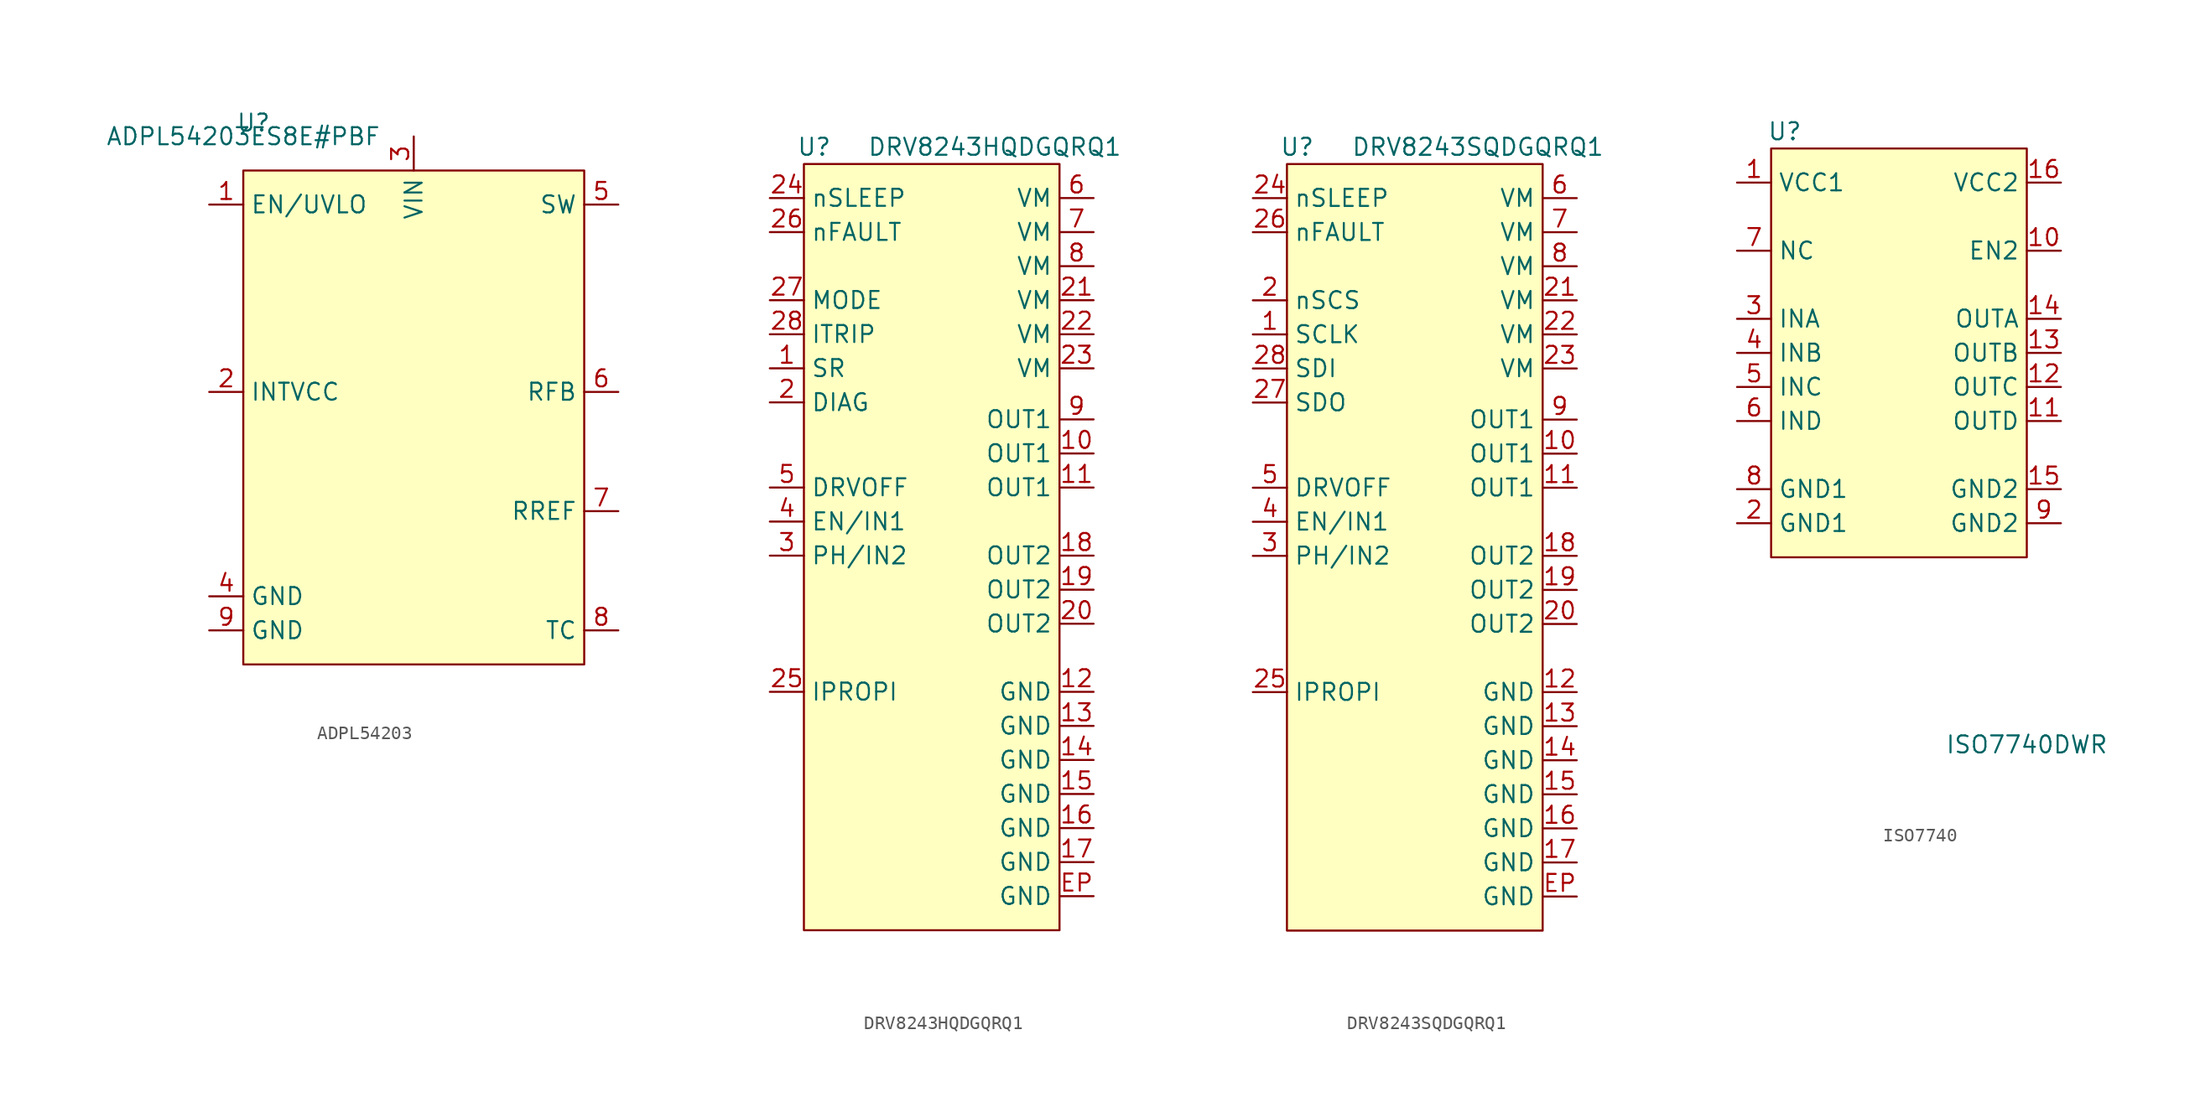
<source format=kicad_sym>
(kicad_symbol_lib
  (version 20241209)
  (generator "kicad_symbol_editor")
  (generator_version "9.0")
  (symbol "ADPL54203"
    (property "Reference" "U"
      (at 0.762 1.016 0)
      (effects (font (size 1.27 1.27))))
    (property "Value" "ADPL54203ES8E#PBF"
      (at 0 0 0)
      (effects (font (size 1.27 1.27))))
    (symbol "ADPL54203_1_1"
      (rectangle (start 0 -2.54) (end 25.4 -39.37) (stroke (width 0) (type solid)) (fill (type background)))
      (pin input line (at -2.54 -5.08 0) (length 2.54) (name "EN/UVLO" (effects (font (size 1.27 1.27)))) (number "1" (effects (font (size 1.27 1.27)))))
      (pin input line (at -2.54 -19.05 0) (length 2.54) (name "INTVCC" (effects (font (size 1.27 1.27)))) (number "2" (effects (font (size 1.27 1.27)))))
      (pin power_in line (at -2.54 -34.29 0) (length 2.54) (name "GND" (effects (font (size 1.27 1.27)))) (number "4" (effects (font (size 1.27 1.27)))))
      (pin power_in line (at -2.54 -36.83 0) (length 2.54) (name "GND" (effects (font (size 1.27 1.27)))) (number "9" (effects (font (size 1.27 1.27)))))
      (pin power_in line (at 12.7 0 270) (length 2.54) (name "VIN" (effects (font (size 1.27 1.27)))) (number "3" (effects (font (size 1.27 1.27)))))
      (pin passive line (at 27.94 -5.08 180) (length 2.54) (name "SW" (effects (font (size 1.27 1.27)))) (number "5" (effects (font (size 1.27 1.27)))))
      (pin passive line (at 27.94 -19.05 180) (length 2.54) (name "RFB" (effects (font (size 1.27 1.27)))) (number "6" (effects (font (size 1.27 1.27)))))
      (pin passive line (at 27.94 -27.94 180) (length 2.54) (name "RREF" (effects (font (size 1.27 1.27)))) (number "7" (effects (font (size 1.27 1.27)))))
      (pin passive line (at 27.94 -36.83 180) (length 2.54) (name "TC" (effects (font (size 1.27 1.27)))) (number "8" (effects (font (size 1.27 1.27)))))))
  (symbol "DRV8243HQDGQRQ1"
    (property "Reference" "U"
      (at 0.762 1.27 0)
      (effects (font (size 1.27 1.27))))
    (property "Value" "DRV8243HQDGQRQ1"
      (at 14.224 1.27 0)
      (effects (font (size 1.27 1.27))))
    (symbol "DRV8243HQDGQRQ1_1_1"
      (rectangle (start 0 0) (end 19.05 -57.15) (stroke (width 0) (type solid)) (fill (type background)))
      (pin input line (at -2.54 -2.54 0) (length 2.54) (name "nSLEEP" (effects (font (size 1.27 1.27)))) (number "24" (effects (font (size 1.27 1.27)))))
      (pin input line (at -2.54 -5.08 0) (length 2.54) (name "nFAULT" (effects (font (size 1.27 1.27)))) (number "26" (effects (font (size 1.27 1.27)))))
      (pin passive line (at -2.54 -10.16 0) (length 2.54) (name "MODE" (effects (font (size 1.27 1.27)))) (number "27" (effects (font (size 1.27 1.27)))))
      (pin passive line (at -2.54 -12.7 0) (length 2.54) (name "ITRIP" (effects (font (size 1.27 1.27)))) (number "28" (effects (font (size 1.27 1.27)))))
      (pin passive line (at -2.54 -15.24 0) (length 2.54) (name "SR" (effects (font (size 1.27 1.27)))) (number "1" (effects (font (size 1.27 1.27)))))
      (pin passive line (at -2.54 -17.78 0) (length 2.54) (name "DIAG" (effects (font (size 1.27 1.27)))) (number "2" (effects (font (size 1.27 1.27)))))
      (pin input line (at -2.54 -24.13 0) (length 2.54) (name "DRVOFF" (effects (font (size 1.27 1.27)))) (number "5" (effects (font (size 1.27 1.27)))))
      (pin input line (at -2.54 -26.67 0) (length 2.54) (name "EN/IN1" (effects (font (size 1.27 1.27)))) (number "4" (effects (font (size 1.27 1.27)))))
      (pin input line (at -2.54 -29.21 0) (length 2.54) (name "PH/IN2" (effects (font (size 1.27 1.27)))) (number "3" (effects (font (size 1.27 1.27)))))
      (pin passive line (at -2.54 -39.37 0) (length 2.54) (name "IPROPI" (effects (font (size 1.27 1.27)))) (number "25" (effects (font (size 1.27 1.27)))))
      (pin power_in line (at 21.59 -2.54 180) (length 2.54) (name "VM" (effects (font (size 1.27 1.27)))) (number "6" (effects (font (size 1.27 1.27)))))
      (pin power_in line (at 21.59 -5.08 180) (length 2.54) (name "VM" (effects (font (size 1.27 1.27)))) (number "7" (effects (font (size 1.27 1.27)))))
      (pin power_in line (at 21.59 -7.62 180) (length 2.54) (name "VM" (effects (font (size 1.27 1.27)))) (number "8" (effects (font (size 1.27 1.27)))))
      (pin power_in line (at 21.59 -10.16 180) (length 2.54) (name "VM" (effects (font (size 1.27 1.27)))) (number "21" (effects (font (size 1.27 1.27)))))
      (pin power_in line (at 21.59 -12.7 180) (length 2.54) (name "VM" (effects (font (size 1.27 1.27)))) (number "22" (effects (font (size 1.27 1.27)))))
      (pin power_in line (at 21.59 -15.24 180) (length 2.54) (name "VM" (effects (font (size 1.27 1.27)))) (number "23" (effects (font (size 1.27 1.27)))))
      (pin output line (at 21.59 -19.05 180) (length 2.54) (name "OUT1" (effects (font (size 1.27 1.27)))) (number "9" (effects (font (size 1.27 1.27)))))
      (pin output line (at 21.59 -21.59 180) (length 2.54) (name "OUT1" (effects (font (size 1.27 1.27)))) (number "10" (effects (font (size 1.27 1.27)))))
      (pin output line (at 21.59 -24.13 180) (length 2.54) (name "OUT1" (effects (font (size 1.27 1.27)))) (number "11" (effects (font (size 1.27 1.27)))))
      (pin output line (at 21.59 -29.21 180) (length 2.54) (name "OUT2" (effects (font (size 1.27 1.27)))) (number "18" (effects (font (size 1.27 1.27)))))
      (pin output line (at 21.59 -31.75 180) (length 2.54) (name "OUT2" (effects (font (size 1.27 1.27)))) (number "19" (effects (font (size 1.27 1.27)))))
      (pin output line (at 21.59 -34.29 180) (length 2.54) (name "OUT2" (effects (font (size 1.27 1.27)))) (number "20" (effects (font (size 1.27 1.27)))))
      (pin power_in line (at 21.59 -39.37 180) (length 2.54) (name "GND" (effects (font (size 1.27 1.27)))) (number "12" (effects (font (size 1.27 1.27)))))
      (pin power_in line (at 21.59 -41.91 180) (length 2.54) (name "GND" (effects (font (size 1.27 1.27)))) (number "13" (effects (font (size 1.27 1.27)))))
      (pin power_in line (at 21.59 -44.45 180) (length 2.54) (name "GND" (effects (font (size 1.27 1.27)))) (number "14" (effects (font (size 1.27 1.27)))))
      (pin power_in line (at 21.59 -46.99 180) (length 2.54) (name "GND" (effects (font (size 1.27 1.27)))) (number "15" (effects (font (size 1.27 1.27)))))
      (pin power_in line (at 21.59 -49.53 180) (length 2.54) (name "GND" (effects (font (size 1.27 1.27)))) (number "16" (effects (font (size 1.27 1.27)))))
      (pin power_in line (at 21.59 -52.07 180) (length 2.54) (name "GND" (effects (font (size 1.27 1.27)))) (number "17" (effects (font (size 1.27 1.27)))))
      (pin power_in line (at 21.59 -54.61 180) (length 2.54) (name "GND" (effects (font (size 1.27 1.27)))) (number "EP" (effects (font (size 1.27 1.27)))))))
  (symbol "DRV8243SQDGQRQ1"
    (property "Reference" "U"
      (at 0.762 1.27 0)
      (effects (font (size 1.27 1.27))))
    (property "Value" "DRV8243SQDGQRQ1"
      (at 14.224 1.27 0)
      (effects (font (size 1.27 1.27))))
    (symbol "DRV8243SQDGQRQ1_1_1"
      (rectangle (start 0 0) (end 19.05 -57.15) (stroke (width 0) (type solid)) (fill (type background)))
      (pin input line (at -2.54 -2.54 0) (length 2.54) (name "nSLEEP" (effects (font (size 1.27 1.27)))) (number "24" (effects (font (size 1.27 1.27)))))
      (pin input line (at -2.54 -5.08 0) (length 2.54) (name "nFAULT" (effects (font (size 1.27 1.27)))) (number "26" (effects (font (size 1.27 1.27)))))
      (pin input line (at -2.54 -10.16 0) (length 2.54) (name "nSCS" (effects (font (size 1.27 1.27)))) (number "2" (effects (font (size 1.27 1.27)))))
      (pin input line (at -2.54 -12.7 0) (length 2.54) (name "SCLK" (effects (font (size 1.27 1.27)))) (number "1" (effects (font (size 1.27 1.27)))))
      (pin input line (at -2.54 -15.24 0) (length 2.54) (name "SDI" (effects (font (size 1.27 1.27)))) (number "28" (effects (font (size 1.27 1.27)))))
      (pin output line (at -2.54 -17.78 0) (length 2.54) (name "SDO" (effects (font (size 1.27 1.27)))) (number "27" (effects (font (size 1.27 1.27)))))
      (pin input line (at -2.54 -24.13 0) (length 2.54) (name "DRVOFF" (effects (font (size 1.27 1.27)))) (number "5" (effects (font (size 1.27 1.27)))))
      (pin input line (at -2.54 -26.67 0) (length 2.54) (name "EN/IN1" (effects (font (size 1.27 1.27)))) (number "4" (effects (font (size 1.27 1.27)))))
      (pin input line (at -2.54 -29.21 0) (length 2.54) (name "PH/IN2" (effects (font (size 1.27 1.27)))) (number "3" (effects (font (size 1.27 1.27)))))
      (pin passive line (at -2.54 -39.37 0) (length 2.54) (name "IPROPI" (effects (font (size 1.27 1.27)))) (number "25" (effects (font (size 1.27 1.27)))))
      (pin power_in line (at 21.59 -2.54 180) (length 2.54) (name "VM" (effects (font (size 1.27 1.27)))) (number "6" (effects (font (size 1.27 1.27)))))
      (pin power_in line (at 21.59 -5.08 180) (length 2.54) (name "VM" (effects (font (size 1.27 1.27)))) (number "7" (effects (font (size 1.27 1.27)))))
      (pin power_in line (at 21.59 -7.62 180) (length 2.54) (name "VM" (effects (font (size 1.27 1.27)))) (number "8" (effects (font (size 1.27 1.27)))))
      (pin power_in line (at 21.59 -10.16 180) (length 2.54) (name "VM" (effects (font (size 1.27 1.27)))) (number "21" (effects (font (size 1.27 1.27)))))
      (pin power_in line (at 21.59 -12.7 180) (length 2.54) (name "VM" (effects (font (size 1.27 1.27)))) (number "22" (effects (font (size 1.27 1.27)))))
      (pin power_in line (at 21.59 -15.24 180) (length 2.54) (name "VM" (effects (font (size 1.27 1.27)))) (number "23" (effects (font (size 1.27 1.27)))))
      (pin output line (at 21.59 -19.05 180) (length 2.54) (name "OUT1" (effects (font (size 1.27 1.27)))) (number "9" (effects (font (size 1.27 1.27)))))
      (pin output line (at 21.59 -21.59 180) (length 2.54) (name "OUT1" (effects (font (size 1.27 1.27)))) (number "10" (effects (font (size 1.27 1.27)))))
      (pin output line (at 21.59 -24.13 180) (length 2.54) (name "OUT1" (effects (font (size 1.27 1.27)))) (number "11" (effects (font (size 1.27 1.27)))))
      (pin output line (at 21.59 -29.21 180) (length 2.54) (name "OUT2" (effects (font (size 1.27 1.27)))) (number "18" (effects (font (size 1.27 1.27)))))
      (pin output line (at 21.59 -31.75 180) (length 2.54) (name "OUT2" (effects (font (size 1.27 1.27)))) (number "19" (effects (font (size 1.27 1.27)))))
      (pin output line (at 21.59 -34.29 180) (length 2.54) (name "OUT2" (effects (font (size 1.27 1.27)))) (number "20" (effects (font (size 1.27 1.27)))))
      (pin power_in line (at 21.59 -39.37 180) (length 2.54) (name "GND" (effects (font (size 1.27 1.27)))) (number "12" (effects (font (size 1.27 1.27)))))
      (pin power_in line (at 21.59 -41.91 180) (length 2.54) (name "GND" (effects (font (size 1.27 1.27)))) (number "13" (effects (font (size 1.27 1.27)))))
      (pin power_in line (at 21.59 -44.45 180) (length 2.54) (name "GND" (effects (font (size 1.27 1.27)))) (number "14" (effects (font (size 1.27 1.27)))))
      (pin power_in line (at 21.59 -46.99 180) (length 2.54) (name "GND" (effects (font (size 1.27 1.27)))) (number "15" (effects (font (size 1.27 1.27)))))
      (pin power_in line (at 21.59 -49.53 180) (length 2.54) (name "GND" (effects (font (size 1.27 1.27)))) (number "16" (effects (font (size 1.27 1.27)))))
      (pin power_in line (at 21.59 -52.07 180) (length 2.54) (name "GND" (effects (font (size 1.27 1.27)))) (number "17" (effects (font (size 1.27 1.27)))))
      (pin power_in line (at 21.59 -54.61 180) (length 2.54) (name "GND" (effects (font (size 1.27 1.27)))) (number "EP" (effects (font (size 1.27 1.27)))))))
  (symbol "ISO7740"
    (property "Reference" "U"
      (at 1.016 1.27 0)
      (effects (font (size 1.27 1.27))))
    (property "Value" "ISO7740DWR"
      (at 19.05 -44.45 0)
      (effects (font (size 1.27 1.27))))
    (symbol "ISO7740_0_0"
      (pin unspecified line (at -2.54 -7.62 0) (length 2.54) (name "NC" (effects (font (size 1.27 1.27)))) (number "7" (effects (font (size 1.27 1.27)))))
      (pin input line (at -2.54 -12.7 0) (length 2.54) (name "INA" (effects (font (size 1.27 1.27)))) (number "3" (effects (font (size 1.27 1.27)))))
      (pin input line (at -2.54 -15.24 0) (length 2.54) (name "INB" (effects (font (size 1.27 1.27)))) (number "4" (effects (font (size 1.27 1.27)))))
      (pin input line (at -2.54 -17.78 0) (length 2.54) (name "INC" (effects (font (size 1.27 1.27)))) (number "5" (effects (font (size 1.27 1.27)))))
      (pin input line (at -2.54 -20.32 0) (length 2.54) (name "IND" (effects (font (size 1.27 1.27)))) (number "6" (effects (font (size 1.27 1.27)))))
      (pin power_in line (at -2.54 -25.4 0) (length 2.54) (name "GND1" (effects (font (size 1.27 1.27)))) (number "8" (effects (font (size 1.27 1.27)))))
      (pin power_in line (at -2.54 -27.94 0) (length 2.54) (name "GND1" (effects (font (size 1.27 1.27)))) (number "2" (effects (font (size 1.27 1.27)))))
      (pin power_in line (at 21.59 -2.54 180) (length 2.54) (name "VCC2" (effects (font (size 1.27 1.27)))) (number "16" (effects (font (size 1.27 1.27)))))
      (pin input line (at 21.59 -7.62 180) (length 2.54) (name "EN2" (effects (font (size 1.27 1.27)))) (number "10" (effects (font (size 1.27 1.27)))))
      (pin output line (at 21.59 -12.7 180) (length 2.54) (name "OUTA" (effects (font (size 1.27 1.27)))) (number "14" (effects (font (size 1.27 1.27)))))
      (pin output line (at 21.59 -15.24 180) (length 2.54) (name "OUTB" (effects (font (size 1.27 1.27)))) (number "13" (effects (font (size 1.27 1.27)))))
      (pin output line (at 21.59 -17.78 180) (length 2.54) (name "OUTC" (effects (font (size 1.27 1.27)))) (number "12" (effects (font (size 1.27 1.27)))))
      (pin output line (at 21.59 -20.32 180) (length 2.54) (name "OUTD" (effects (font (size 1.27 1.27)))) (number "11" (effects (font (size 1.27 1.27)))))
      (pin power_in line (at 21.59 -25.4 180) (length 2.54) (name "GND2" (effects (font (size 1.27 1.27)))) (number "15" (effects (font (size 1.27 1.27)))))
      (pin power_in line (at 21.59 -27.94 180) (length 2.54) (name "GND2" (effects (font (size 1.27 1.27)))) (number "9" (effects (font (size 1.27 1.27))))))
    (symbol "ISO7740_1_0"
      (pin power_in line (at -2.54 -2.54 0) (length 2.54) (name "VCC1" (effects (font (size 1.27 1.27)))) (number "1" (effects (font (size 1.27 1.27))))))
    (symbol "ISO7740_1_1"
      (rectangle (start 0 0) (end 19.05 -30.48) (stroke (width 0) (type solid)) (fill (type background))))))
</source>
